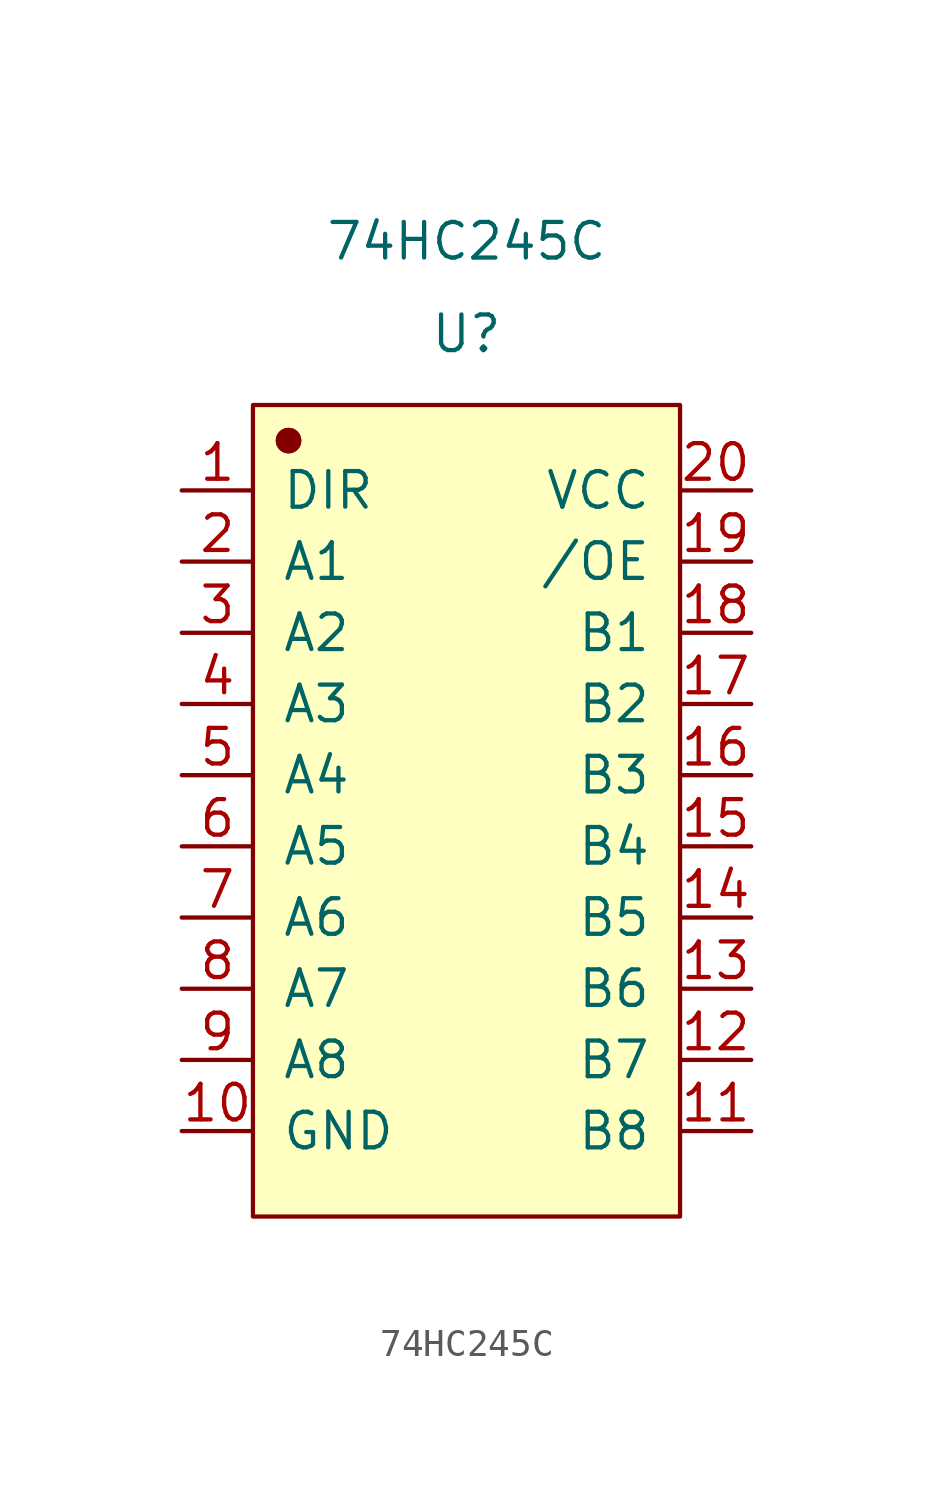
<source format=kicad_sym>
(kicad_symbol_lib
  (version 20231120)
  (generator "kicad_symbol_editor")
  (generator_version "8.0")
  (symbol "74HC245C"
    (pin_names
      (offset 1.016))
    (property "Reference" "U"
      (at 0 17.018 0)
      (effects (font (size 1.27 1.27))))
    (property "Value" "74HC245C"
      (at 0 20.32 0)
      (effects (font (size 1.27 1.27))))
    (symbol "74HC245C_1_1"
      (rectangle (start -7.62 14.478) (end 7.62 -14.478) (stroke (width 0.152) (type default)) (fill (type background)))
      (circle (center -6.35 13.208) (radius 0.381) (stroke (width 0.152) (type default)) (fill (type outline)))
      (circle (center -6.35 13.208) (radius 0.381) (stroke (width 0.152) (type default)) (fill (type outline)))
      (pin input line (at -10.16 11.43 0) (length 2.54) (name "DIR" (effects (font (size 1.27 1.27)))) (number "1" (effects (font (size 1.27 1.27)))))
      (pin input line (at -10.16 -11.43 0) (length 2.54) (name "GND" (effects (font (size 1.27 1.27)))) (number "10" (effects (font (size 1.27 1.27)))))
      (pin input line (at 10.16 -11.43 180) (length 2.54) (name "B8" (effects (font (size 1.27 1.27)))) (number "11" (effects (font (size 1.27 1.27)))))
      (pin input line (at 10.16 -8.89 180) (length 2.54) (name "B7" (effects (font (size 1.27 1.27)))) (number "12" (effects (font (size 1.27 1.27)))))
      (pin input line (at 10.16 -6.35 180) (length 2.54) (name "B6" (effects (font (size 1.27 1.27)))) (number "13" (effects (font (size 1.27 1.27)))))
      (pin input line (at 10.16 -3.81 180) (length 2.54) (name "B5" (effects (font (size 1.27 1.27)))) (number "14" (effects (font (size 1.27 1.27)))))
      (pin input line (at 10.16 -1.27 180) (length 2.54) (name "B4" (effects (font (size 1.27 1.27)))) (number "15" (effects (font (size 1.27 1.27)))))
      (pin input line (at 10.16 1.27 180) (length 2.54) (name "B3" (effects (font (size 1.27 1.27)))) (number "16" (effects (font (size 1.27 1.27)))))
      (pin input line (at 10.16 3.81 180) (length 2.54) (name "B2" (effects (font (size 1.27 1.27)))) (number "17" (effects (font (size 1.27 1.27)))))
      (pin input line (at 10.16 6.35 180) (length 2.54) (name "B1" (effects (font (size 1.27 1.27)))) (number "18" (effects (font (size 1.27 1.27)))))
      (pin input line (at 10.16 8.89 180) (length 2.54) (name "/OE" (effects (font (size 1.27 1.27)))) (number "19" (effects (font (size 1.27 1.27)))))
      (pin input line (at -10.16 8.89 0) (length 2.54) (name "A1" (effects (font (size 1.27 1.27)))) (number "2" (effects (font (size 1.27 1.27)))))
      (pin input line (at 10.16 11.43 180) (length 2.54) (name "VCC" (effects (font (size 1.27 1.27)))) (number "20" (effects (font (size 1.27 1.27)))))
      (pin input line (at -10.16 6.35 0) (length 2.54) (name "A2" (effects (font (size 1.27 1.27)))) (number "3" (effects (font (size 1.27 1.27)))))
      (pin input line (at -10.16 3.81 0) (length 2.54) (name "A3" (effects (font (size 1.27 1.27)))) (number "4" (effects (font (size 1.27 1.27)))))
      (pin input line (at -10.16 1.27 0) (length 2.54) (name "A4" (effects (font (size 1.27 1.27)))) (number "5" (effects (font (size 1.27 1.27)))))
      (pin input line (at -10.16 -1.27 0) (length 2.54) (name "A5" (effects (font (size 1.27 1.27)))) (number "6" (effects (font (size 1.27 1.27)))))
      (pin input line (at -10.16 -3.81 0) (length 2.54) (name "A6" (effects (font (size 1.27 1.27)))) (number "7" (effects (font (size 1.27 1.27)))))
      (pin input line (at -10.16 -6.35 0) (length 2.54) (name "A7" (effects (font (size 1.27 1.27)))) (number "8" (effects (font (size 1.27 1.27)))))
      (pin input line (at -10.16 -8.89 0) (length 2.54) (name "A8" (effects (font (size 1.27 1.27)))) (number "9" (effects (font (size 1.27 1.27))))))))
</source>
